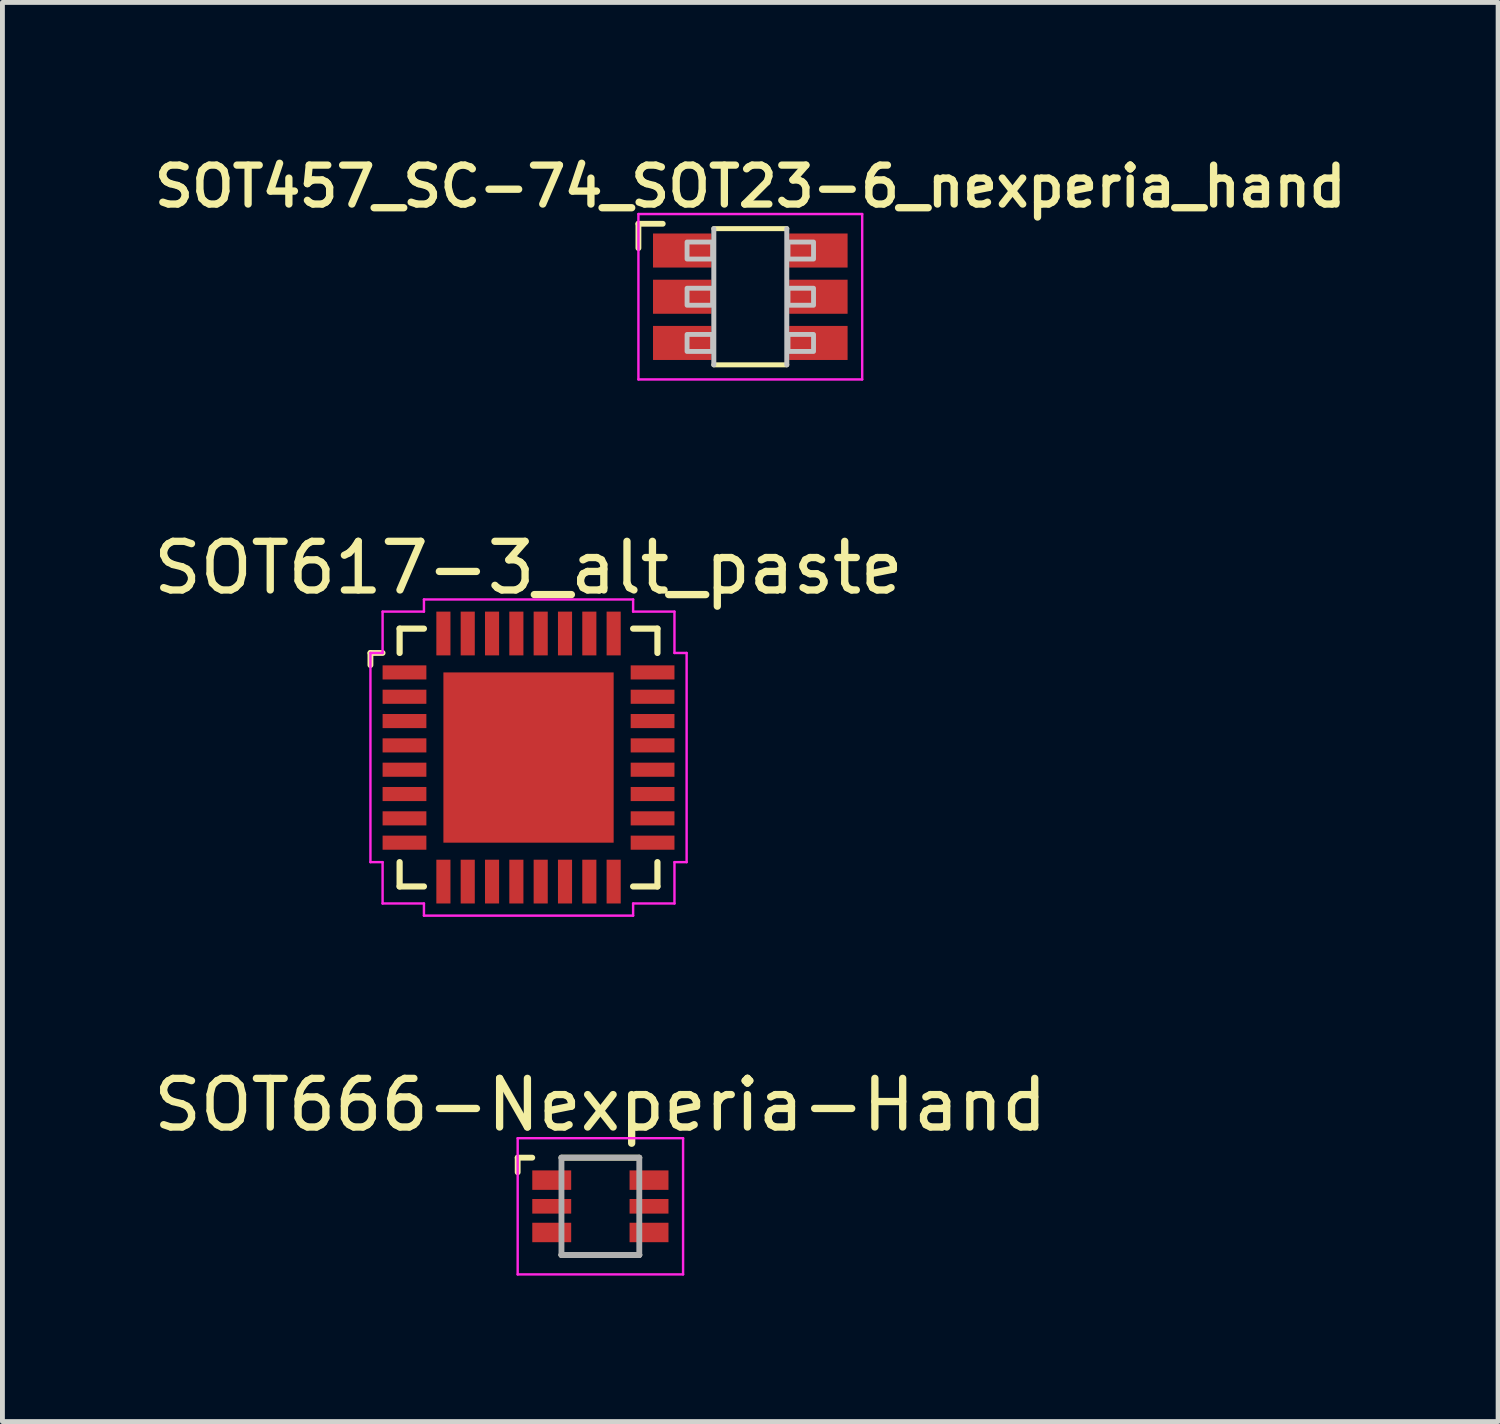
<source format=kicad_pcb>
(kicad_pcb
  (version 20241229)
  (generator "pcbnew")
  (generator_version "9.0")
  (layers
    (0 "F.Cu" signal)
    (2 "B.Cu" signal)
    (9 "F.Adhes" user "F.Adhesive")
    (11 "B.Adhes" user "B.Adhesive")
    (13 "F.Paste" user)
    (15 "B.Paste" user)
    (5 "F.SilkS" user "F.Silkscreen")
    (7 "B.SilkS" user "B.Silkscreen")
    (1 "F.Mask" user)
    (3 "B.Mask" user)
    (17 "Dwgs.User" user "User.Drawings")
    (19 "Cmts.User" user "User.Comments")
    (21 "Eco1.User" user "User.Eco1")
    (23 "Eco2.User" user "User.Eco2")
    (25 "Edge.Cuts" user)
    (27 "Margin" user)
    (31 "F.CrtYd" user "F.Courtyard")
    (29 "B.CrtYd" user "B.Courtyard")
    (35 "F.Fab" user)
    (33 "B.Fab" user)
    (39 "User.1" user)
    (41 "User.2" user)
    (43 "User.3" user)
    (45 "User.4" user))
  (footprint "SOT457_SC-74_SOT23-6_nexperia_hand"
    (layer "F.Cu")
    (at 12.374 3.05)
    (property "Reference" "SOT457_SC-74_SOT23-6_nexperia_hand" (at 0 -1.8 0) (layer "F.SilkS") (effects (font (size 0.8 0.8) (thickness 0.15)) (justify bottom)))
    (attr smd)
    (fp_line (start -2.3 -1.5) (end -2.3 -1) (stroke (width 0.12) (type solid)) (layer "F.SilkS"))
    (fp_line (start -2.3 -1.5) (end -1.8 -1.5) (stroke (width 0.12) (type solid)) (layer "F.SilkS"))
    (fp_line (start -0.75 -1.4) (end 0.75 -1.4) (stroke (width 0.102) (type solid)) (layer "F.SilkS"))
    (fp_line (start 0.75 1.4) (end -0.75 1.4) (stroke (width 0.102) (type solid)) (layer "F.SilkS"))
    (fp_line (start -0.75 1.4) (end -0.75 -1.4) (stroke (width 0.102) (type solid)) (layer "Dwgs.User"))
    (fp_line (start 0.75 -1.4) (end 0.75 1.4) (stroke (width 0.102) (type solid)) (layer "Dwgs.User"))
    (fp_poly (pts (xy -1.3 -1.125) (xy -1.3 -0.775) (xy -0.775 -0.775) (xy -0.775 -1.125)) (stroke (width 0.1) (type solid)) (fill no) (layer "Dwgs.User"))
    (fp_poly (pts (xy -1.3 -0.175) (xy -1.3 0.175) (xy -0.775 0.175) (xy -0.775 -0.175)) (stroke (width 0.1) (type solid)) (fill no) (layer "Dwgs.User"))
    (fp_poly (pts (xy -1.3 0.775) (xy -1.3 1.125) (xy -0.775 1.125) (xy -0.775 0.775)) (stroke (width 0.1) (type solid)) (fill no) (layer "Dwgs.User"))
    (fp_poly (pts (xy 0.775 -1.125) (xy 0.775 -0.775) (xy 1.3 -0.775) (xy 1.3 -1.125)) (stroke (width 0.1) (type solid)) (fill no) (layer "Dwgs.User"))
    (fp_poly (pts (xy 0.775 -0.175) (xy 0.775 0.175) (xy 1.3 0.175) (xy 1.3 -0.175)) (stroke (width 0.1) (type solid)) (fill no) (layer "Dwgs.User"))
    (fp_poly (pts (xy 0.775 0.775) (xy 0.775 1.125) (xy 1.3 1.125) (xy 1.3 0.775)) (stroke (width 0.1) (type solid)) (fill no) (layer "Dwgs.User"))
    (fp_line (start -2.3 -1.7) (end -2.3 1.7) (stroke (width 0.05) (type solid)) (layer "F.CrtYd"))
    (fp_line (start -2.3 1.7) (end 2.3 1.7) (stroke (width 0.05) (type solid)) (layer "F.CrtYd"))
    (fp_line (start 2.3 -1.7) (end -2.3 -1.7) (stroke (width 0.05) (type solid)) (layer "F.CrtYd"))
    (fp_line (start 2.3 1.7) (end 2.3 -1.7) (stroke (width 0.05) (type solid)) (layer "F.CrtYd"))
    (pad "1" smd rect (at -1.4 -0.95 270) (size 0.7 1.2) (layers "F.Cu" "F.Mask" "F.Paste"))
    (pad "2" smd rect (at -1.4 0 270) (size 0.7 1.2) (layers "F.Cu" "F.Mask" "F.Paste"))
    (pad "3" smd rect (at -1.4 0.95 270) (size 0.7 1.2) (layers "F.Cu" "F.Mask" "F.Paste"))
    (pad "4" smd rect (at 1.4 0.95 270) (size 0.7 1.2) (layers "F.Cu" "F.Mask" "F.Paste"))
    (pad "5" smd rect (at 1.4 0 270) (size 0.7 1.2) (layers "F.Cu" "F.Mask" "F.Paste"))
    (pad "6" smd rect (at 1.4 -0.95 270) (size 0.7 1.2) (layers "F.Cu" "F.Mask" "F.Paste")))
  (footprint "SOT617-3_alt_paste"
    (layer "F.Cu")
    (at 7.815 12.523)
    (property "Reference" "SOT617-3_alt_paste" (at 0 -3.9 0) (layer "F.SilkS") (effects (font (size 1 1) (thickness 0.15))))
    (attr smd)
    (fp_line (start -3.25 -2.15) (end -3.25 -1.9) (stroke (width 0.12) (type solid)) (layer "F.SilkS"))
    (fp_line (start -3.25 -2.15) (end -3 -2.15) (stroke (width 0.12) (type solid)) (layer "F.SilkS"))
    (fp_line (start -2.65 -2.65) (end -2.65 -2.15) (stroke (width 0.127) (type solid)) (layer "F.SilkS"))
    (fp_line (start -2.65 -2.65) (end -2.15 -2.65) (stroke (width 0.127) (type solid)) (layer "F.SilkS"))
    (fp_line (start -2.65 2.15) (end -2.65 2.65) (stroke (width 0.127) (type solid)) (layer "F.SilkS"))
    (fp_line (start -2.65 2.65) (end -2.15 2.65) (stroke (width 0.127) (type solid)) (layer "F.SilkS"))
    (fp_line (start 2.15 -2.65) (end 2.65 -2.65) (stroke (width 0.127) (type solid)) (layer "F.SilkS"))
    (fp_line (start 2.15 2.65) (end 2.65 2.65) (stroke (width 0.127) (type solid)) (layer "F.SilkS"))
    (fp_line (start 2.65 -2.65) (end 2.65 -2.15) (stroke (width 0.127) (type solid)) (layer "F.SilkS"))
    (fp_line (start 2.65 2.15) (end 2.65 2.65) (stroke (width 0.127) (type solid)) (layer "F.SilkS"))
    (fp_line (start -3.25 -2.15) (end -3 -2.15) (stroke (width 0.05) (type solid)) (layer "F.CrtYd"))
    (fp_line (start -3.25 2.15) (end -3.25 -2.15) (stroke (width 0.05) (type solid)) (layer "F.CrtYd"))
    (fp_line (start -3 -3) (end -2.15 -3) (stroke (width 0.05) (type solid)) (layer "F.CrtYd"))
    (fp_line (start -3 -2.15) (end -3 -3) (stroke (width 0.05) (type solid)) (layer "F.CrtYd"))
    (fp_line (start -3 2.15) (end -3.25 2.15) (stroke (width 0.05) (type solid)) (layer "F.CrtYd"))
    (fp_line (start -3 3) (end -3 2.15) (stroke (width 0.05) (type solid)) (layer "F.CrtYd"))
    (fp_line (start -2.15 -3.25) (end 2.15 -3.25) (stroke (width 0.05) (type solid)) (layer "F.CrtYd"))
    (fp_line (start -2.15 -3) (end -2.15 -3.25) (stroke (width 0.05) (type solid)) (layer "F.CrtYd"))
    (fp_line (start -2.15 3) (end -3 3) (stroke (width 0.05) (type solid)) (layer "F.CrtYd"))
    (fp_line (start -2.15 3.25) (end -2.15 3) (stroke (width 0.05) (type solid)) (layer "F.CrtYd"))
    (fp_line (start 2.15 -3.25) (end 2.15 -3) (stroke (width 0.05) (type solid)) (layer "F.CrtYd"))
    (fp_line (start 2.15 -3) (end 3 -3) (stroke (width 0.05) (type solid)) (layer "F.CrtYd"))
    (fp_line (start 2.15 3) (end 2.15 3.25) (stroke (width 0.05) (type solid)) (layer "F.CrtYd"))
    (fp_line (start 2.15 3.25) (end -2.15 3.25) (stroke (width 0.05) (type solid)) (layer "F.CrtYd"))
    (fp_line (start 3 -3) (end 3 -2.15) (stroke (width 0.05) (type solid)) (layer "F.CrtYd"))
    (fp_line (start 3 -2.15) (end 3.25 -2.15) (stroke (width 0.05) (type solid)) (layer "F.CrtYd"))
    (fp_line (start 3 2.15) (end 3 3) (stroke (width 0.05) (type solid)) (layer "F.CrtYd"))
    (fp_line (start 3 3) (end 2.15 3) (stroke (width 0.05) (type solid)) (layer "F.CrtYd"))
    (fp_line (start 3.25 -2.15) (end 3.25 2.15) (stroke (width 0.05) (type solid)) (layer "F.CrtYd"))
    (fp_line (start 3.25 2.15) (end 3 2.15) (stroke (width 0.05) (type solid)) (layer "F.CrtYd"))
    (pad "1" smd rect (at -2.55 -1.75 90) (size 0.29 0.9) (layers "F.Cu" "F.Mask" "F.Paste"))
    (pad "2" smd rect (at -2.55 -1.25 270) (size 0.29 0.9) (layers "F.Cu" "F.Mask" "F.Paste"))
    (pad "3" smd rect (at -2.55 -0.75 90) (size 0.29 0.9) (layers "F.Cu" "F.Mask" "F.Paste"))
    (pad "4" smd rect (at -2.55 -0.25 90) (size 0.29 0.9) (layers "F.Cu" "F.Mask" "F.Paste"))
    (pad "5" smd rect (at -2.55 0.25 90) (size 0.29 0.9) (layers "F.Cu" "F.Mask" "F.Paste"))
    (pad "6" smd rect (at -2.55 0.75 90) (size 0.29 0.9) (layers "F.Cu" "F.Mask" "F.Paste"))
    (pad "7" smd rect (at -2.55 1.25 90) (size 0.29 0.9) (layers "F.Cu" "F.Mask" "F.Paste"))
    (pad "8" smd rect (at -2.55 1.75 90) (size 0.29 0.9) (layers "F.Cu" "F.Mask" "F.Paste"))
    (pad "9" smd rect (at -1.75 2.55 180) (size 0.29 0.9) (layers "F.Cu" "F.Mask" "F.Paste"))
    (pad "10" smd rect (at -1.25 2.55 180) (size 0.29 0.9) (layers "F.Cu" "F.Mask" "F.Paste"))
    (pad "11" smd rect (at -0.75 2.55 180) (size 0.29 0.9) (layers "F.Cu" "F.Mask" "F.Paste"))
    (pad "12" smd rect (at -0.25 2.55 180) (size 0.29 0.9) (layers "F.Cu" "F.Mask" "F.Paste"))
    (pad "13" smd rect (at 0.25 2.55 180) (size 0.29 0.9) (layers "F.Cu" "F.Mask" "F.Paste"))
    (pad "14" smd rect (at 0.75 2.55 180) (size 0.29 0.9) (layers "F.Cu" "F.Mask" "F.Paste"))
    (pad "15" smd rect (at 1.25 2.55 180) (size 0.29 0.9) (layers "F.Cu" "F.Mask" "F.Paste"))
    (pad "16" smd rect (at 1.75 2.55 180) (size 0.29 0.9) (layers "F.Cu" "F.Mask" "F.Paste"))
    (pad "17" smd rect (at 2.55 1.75 270) (size 0.29 0.9) (layers "F.Cu" "F.Mask" "F.Paste"))
    (pad "18" smd rect (at 2.55 1.25 90) (size 0.29 0.9) (layers "F.Cu" "F.Mask" "F.Paste"))
    (pad "19" smd rect (at 2.55 0.75 270) (size 0.29 0.9) (layers "F.Cu" "F.Mask" "F.Paste"))
    (pad "20" smd rect (at 2.55 0.25 270) (size 0.29 0.9) (layers "F.Cu" "F.Mask" "F.Paste"))
    (pad "21" smd rect (at 2.55 -0.25 270) (size 0.29 0.9) (layers "F.Cu" "F.Mask" "F.Paste"))
    (pad "22" smd rect (at 2.55 -0.75 270) (size 0.29 0.9) (layers "F.Cu" "F.Mask" "F.Paste"))
    (pad "23" smd rect (at 2.55 -1.25 270) (size 0.29 0.9) (layers "F.Cu" "F.Mask" "F.Paste"))
    (pad "24" smd rect (at 2.55 -1.75 270) (size 0.29 0.9) (layers "F.Cu" "F.Mask" "F.Paste"))
    (pad "25" smd rect (at 1.75 -2.55) (size 0.29 0.9) (layers "F.Cu" "F.Mask" "F.Paste"))
    (pad "26" smd rect (at 1.25 -2.55) (size 0.29 0.9) (layers "F.Cu" "F.Mask" "F.Paste"))
    (pad "27" smd rect (at 0.75 -2.55) (size 0.29 0.9) (layers "F.Cu" "F.Mask" "F.Paste"))
    (pad "28" smd rect (at 0.25 -2.55) (size 0.29 0.9) (layers "F.Cu" "F.Mask" "F.Paste"))
    (pad "29" smd rect (at -0.25 -2.55) (size 0.29 0.9) (layers "F.Cu" "F.Mask" "F.Paste"))
    (pad "30" smd rect (at -0.75 -2.55) (size 0.29 0.9) (layers "F.Cu" "F.Mask" "F.Paste"))
    (pad "31" smd rect (at -1.25 -2.55) (size 0.29 0.9) (layers "F.Cu" "F.Mask" "F.Paste"))
    (pad "32" smd rect (at -1.75 -2.55) (size 0.29 0.9) (layers "F.Cu" "F.Mask" "F.Paste"))
    (pad "33" smd rect (at -0.8 -0.8) (size 1 1) (layers "F.Cu" "F.Mask" "F.Paste"))
    (pad "33" smd rect (at -0.8 0.8) (size 1 1) (layers "F.Cu" "F.Mask" "F.Paste"))
    (pad "33" smd rect (at 0 0) (size 3.5 3.5) (layers "F.Cu"))
    (pad "33" smd rect (at 0.8 -0.8) (size 1 1) (layers "F.Cu" "F.Mask" "F.Paste"))
    (pad "33" smd rect (at 0.8 0.8) (size 1 1) (layers "F.Cu" "F.Mask" "F.Paste")))
  (footprint "SOT666-Nexperia-Hand"
    (layer "F.Cu")
    (at 9.292 21.748)
    (property "Reference" "SOT666-Nexperia-Hand" (at 0 -1.5 180) (layer "F.SilkS") (effects (font (size 1 1) (thickness 0.15)) (justify bottom)))
    (attr smd)
    (fp_line (start -1.7 -1) (end -1.7 -0.7) (stroke (width 0.12) (type solid)) (layer "F.SilkS"))
    (fp_line (start -1.4 -1) (end -1.7 -1) (stroke (width 0.12) (type solid)) (layer "F.SilkS"))
    (fp_line (start -0.8 -1) (end 0.8 -1) (stroke (width 0.12) (type solid)) (layer "F.SilkS"))
    (fp_line (start -0.8 1) (end 0.8 1) (stroke (width 0.12) (type solid)) (layer "F.SilkS"))
    (fp_line (start -1.7 -1.4) (end -1.7 1.4) (stroke (width 0.05) (type solid)) (layer "F.CrtYd"))
    (fp_line (start -1.7 1.4) (end 1.7 1.4) (stroke (width 0.05) (type solid)) (layer "F.CrtYd"))
    (fp_line (start 1.7 -1.4) (end -1.7 -1.4) (stroke (width 0.05) (type solid)) (layer "F.CrtYd"))
    (fp_line (start 1.7 1.4) (end 1.7 -1.4) (stroke (width 0.05) (type solid)) (layer "F.CrtYd"))
    (fp_line (start -0.8 -1) (end -0.8 1) (stroke (width 0.12) (type solid)) (layer "F.Fab"))
    (fp_line (start -0.8 -1) (end 0.8 -1) (stroke (width 0.12) (type solid)) (layer "F.Fab"))
    (fp_line (start -0.8 1) (end 0.8 1) (stroke (width 0.12) (type solid)) (layer "F.Fab"))
    (fp_line (start -0.8 1) (end 0.8 1) (stroke (width 0.12) (type solid)) (layer "F.Fab"))
    (fp_line (start 0.8 1) (end 0.8 -1) (stroke (width 0.12) (type solid)) (layer "F.Fab"))
    (pad "1" smd rect (at -1 -0.538) (size 0.8 0.4) (layers "F.Cu" "F.Mask" "F.Paste"))
    (pad "2" smd rect (at -1 0) (size 0.8 0.3) (layers "F.Cu" "F.Mask" "F.Paste"))
    (pad "3" smd rect (at -1 0.538) (size 0.8 0.4) (layers "F.Cu" "F.Mask" "F.Paste"))
    (pad "4" smd rect (at 1 0.538) (size 0.8 0.4) (layers "F.Cu" "F.Mask" "F.Paste"))
    (pad "5" smd rect (at 1 0) (size 0.8 0.3) (layers "F.Cu" "F.Mask" "F.Paste"))
    (pad "6" smd rect (at 1 -0.538) (size 0.8 0.4) (layers "F.Cu" "F.Mask" "F.Paste")))
  (gr_rect
    (start -3 -3)
    (end 27.747 26.173)
    (stroke (width 0.1) (type default))
    (fill no)
    (layer "Edge.Cuts")))
</source>
